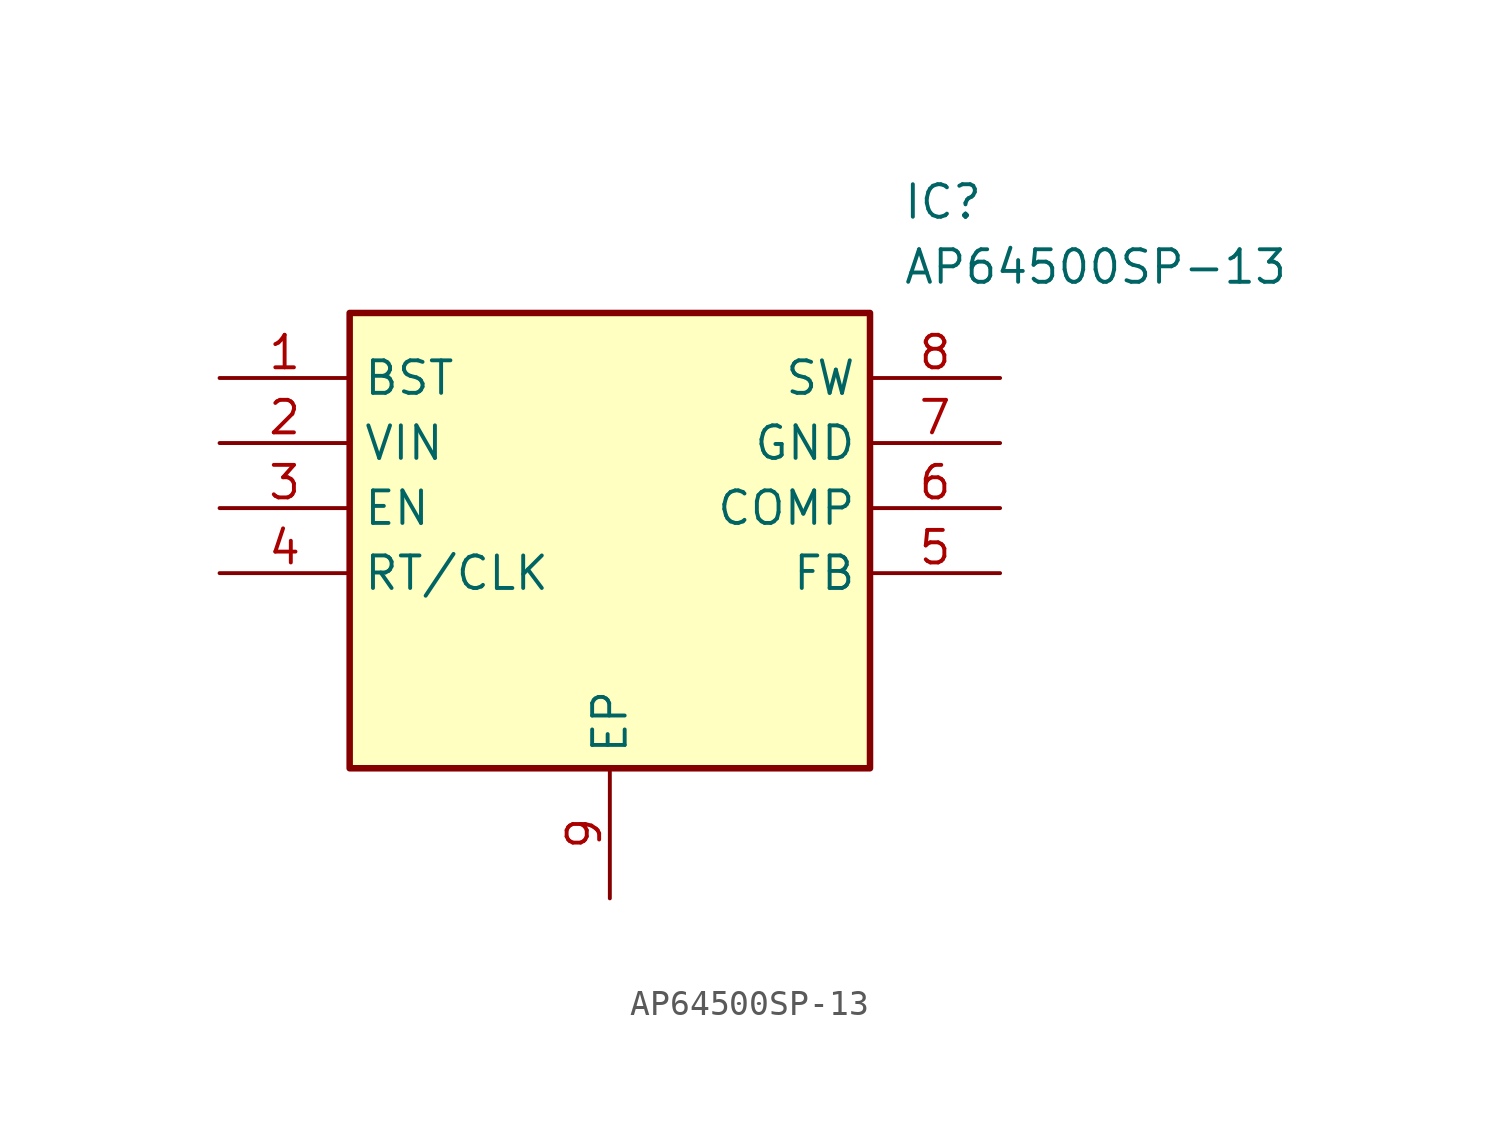
<source format=kicad_sym>
(kicad_symbol_lib
  (version 20220914)
  (generator kicad_symbol_editor)
  (symbol "AP64500SP-13"
    (property "Reference" "IC"
      (at 26.67 7.62 0)
      (effects (font (size 1.27 1.27)) (justify left top)))
    (property "Value" "AP64500SP-13"
      (at 26.67 5.08 0)
      (effects (font (size 1.27 1.27)) (justify left top)))
    (symbol "AP64500SP-13_1_1"
      (rectangle (start 5.08 2.54) (end 25.4 -15.24) (stroke (width 0.254) (type default)) (fill (type background)))
      (pin passive line (at 0 0 0) (length 5.08) (name "BST" (effects (font (size 1.27 1.27)))) (number "1" (effects (font (size 1.27 1.27)))))
      (pin passive line (at 0 -2.54 0) (length 5.08) (name "VIN" (effects (font (size 1.27 1.27)))) (number "2" (effects (font (size 1.27 1.27)))))
      (pin passive line (at 0 -5.08 0) (length 5.08) (name "EN" (effects (font (size 1.27 1.27)))) (number "3" (effects (font (size 1.27 1.27)))))
      (pin passive line (at 0 -7.62 0) (length 5.08) (name "RT/CLK" (effects (font (size 1.27 1.27)))) (number "4" (effects (font (size 1.27 1.27)))))
      (pin passive line (at 30.48 -7.62 180) (length 5.08) (name "FB" (effects (font (size 1.27 1.27)))) (number "5" (effects (font (size 1.27 1.27)))))
      (pin passive line (at 30.48 -5.08 180) (length 5.08) (name "COMP" (effects (font (size 1.27 1.27)))) (number "6" (effects (font (size 1.27 1.27)))))
      (pin passive line (at 30.48 -2.54 180) (length 5.08) (name "GND" (effects (font (size 1.27 1.27)))) (number "7" (effects (font (size 1.27 1.27)))))
      (pin passive line (at 30.48 0 180) (length 5.08) (name "SW" (effects (font (size 1.27 1.27)))) (number "8" (effects (font (size 1.27 1.27)))))
      (pin passive line (at 15.24 -20.32 90) (length 5.08) (name "EP" (effects (font (size 1.27 1.27)))) (number "9" (effects (font (size 1.27 1.27))))))))
</source>
